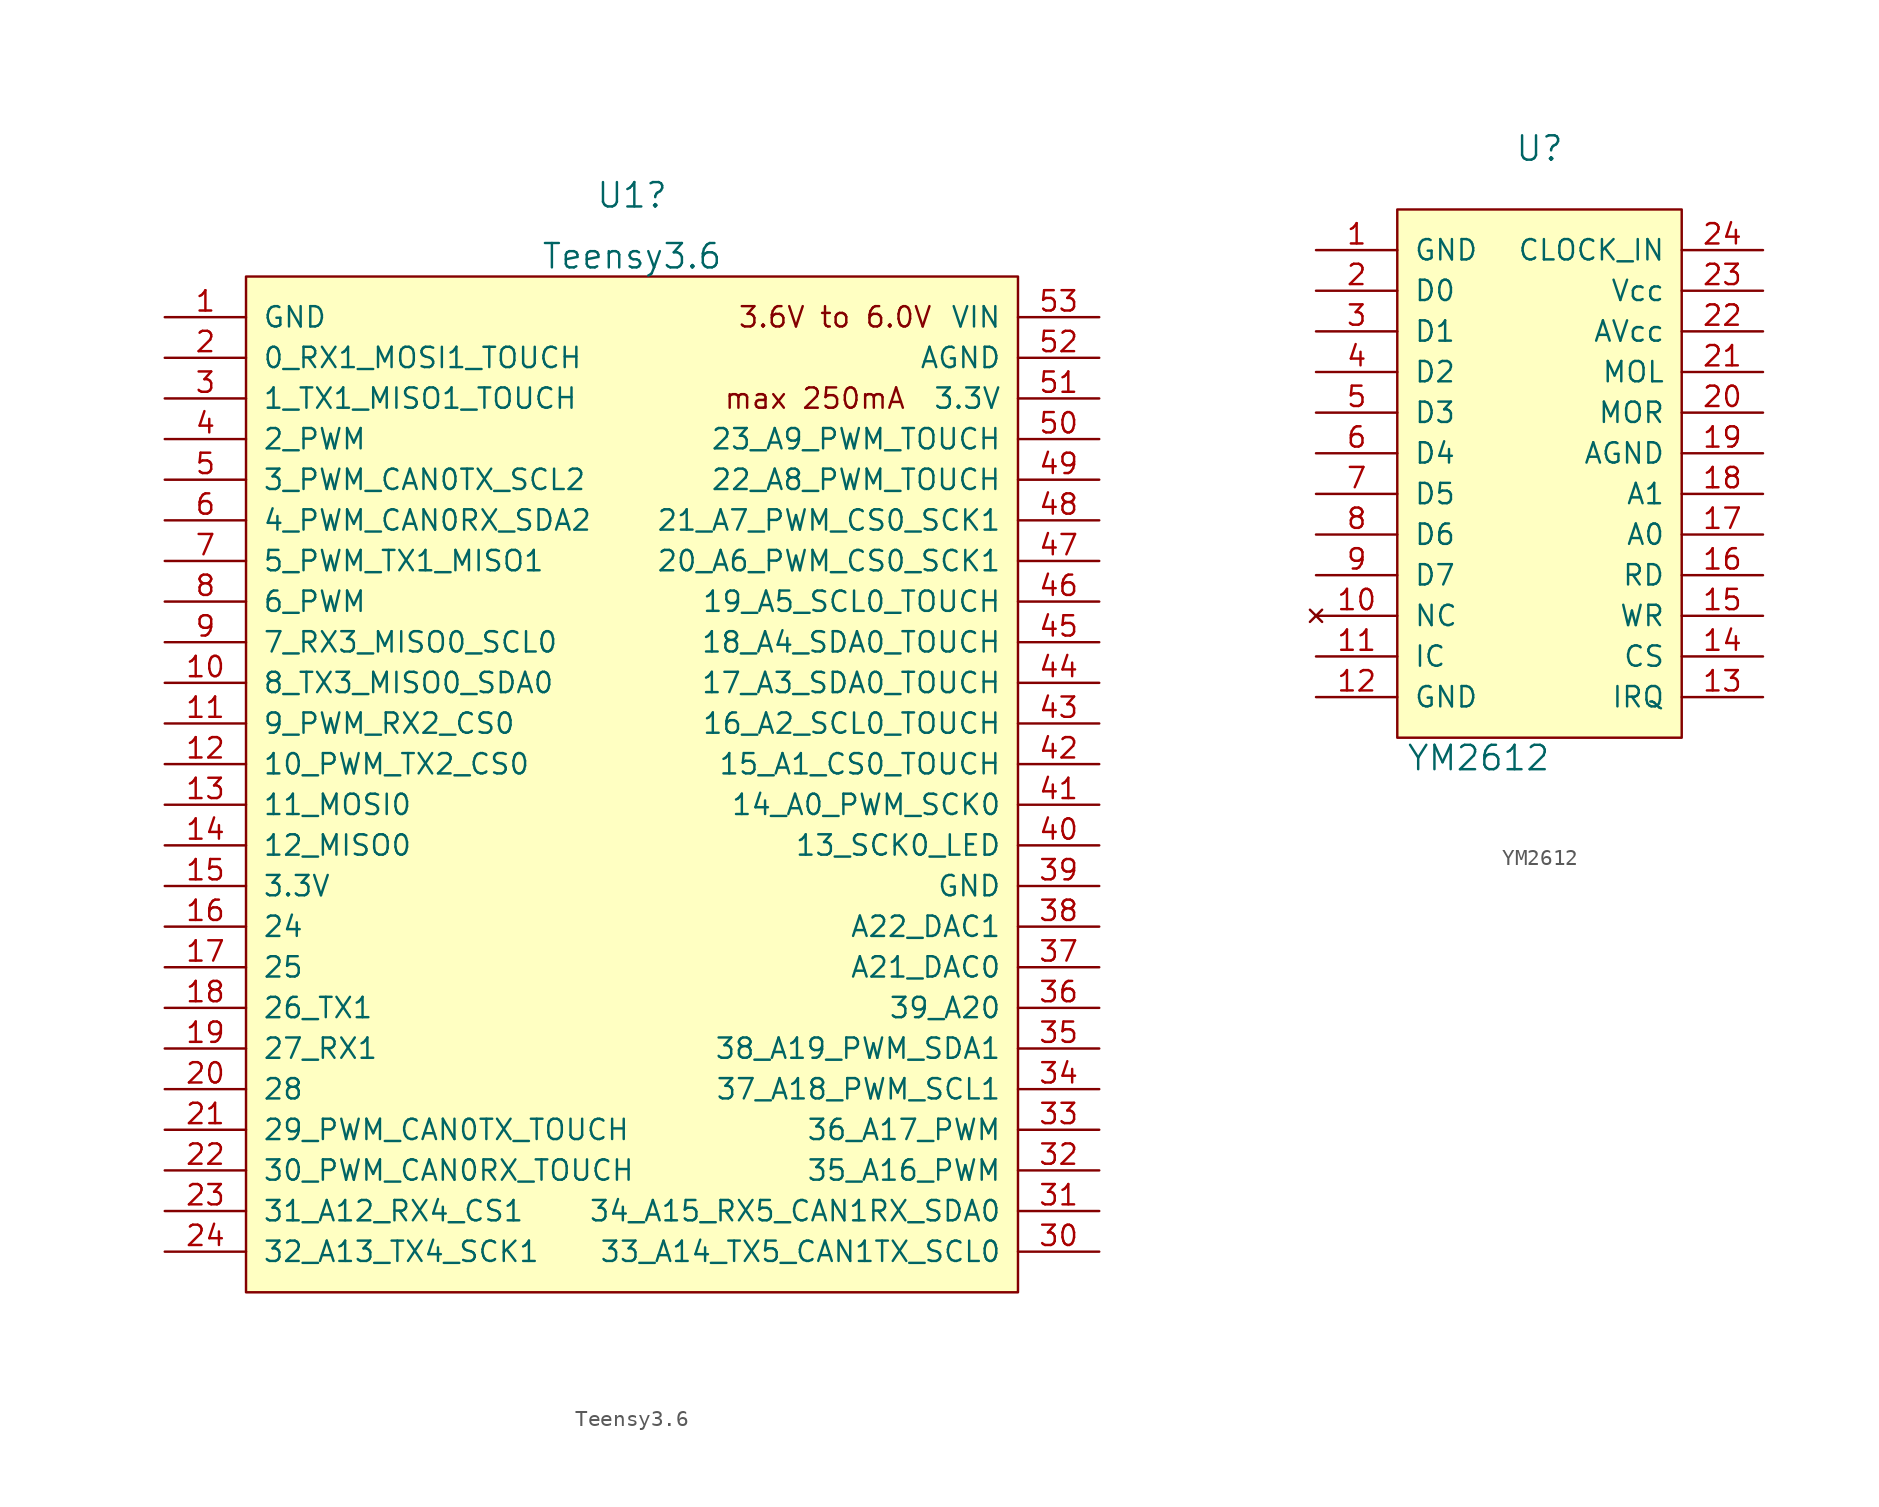
<source format=kicad_sym>
(kicad_symbol_lib
  (version 20211014)
  (generator kicad_symbol_editor)
  (symbol "Teensy3.6"
    (pin_names
      (offset 1.016))
    (property "Reference" "U1"
      (at 0 62.23 0)
      (effects (font (size 1.524 1.524))))
    (property "Value" "Teensy3.6"
      (at 0 58.42 0)
      (effects (font (size 1.524 1.524))))
    (property "Datasheet" ""
      (at 0 1.27 0)
      (effects (font (size 1.524 1.524))))
    (symbol "Teensy3.6_0_0"
      (rectangle (start -24.13 57.15) (end 24.13 -6.35) (stroke (width 0) (type default) (color 0 0 0 0)) (fill (type background)))
      (text "3.6V to 6.0V" (at 12.7 54.61 0) (effects (font (size 1.27 1.27))))
      (text "max 250mA" (at 11.43 49.53 0) (effects (font (size 1.27 1.27)))))
    (symbol "Teensy3.6_1_1"
      (pin passive line (at -29.21 54.61 0) (length 5.08) (name "GND" (effects (font (size 1.27 1.27)))) (number "1" (effects (font (size 1.27 1.27)))))
      (pin bidirectional line (at -29.21 31.75 0) (length 5.08) (name "8_TX3_MISO0_SDA0" (effects (font (size 1.27 1.27)))) (number "10" (effects (font (size 1.27 1.27)))))
      (pin bidirectional line (at -29.21 29.21 0) (length 5.08) (name "9_PWM_RX2_CS0" (effects (font (size 1.27 1.27)))) (number "11" (effects (font (size 1.27 1.27)))))
      (pin bidirectional line (at -29.21 26.67 0) (length 5.08) (name "10_PWM_TX2_CS0" (effects (font (size 1.27 1.27)))) (number "12" (effects (font (size 1.27 1.27)))))
      (pin bidirectional line (at -29.21 24.13 0) (length 5.08) (name "11_MOSI0" (effects (font (size 1.27 1.27)))) (number "13" (effects (font (size 1.27 1.27)))))
      (pin bidirectional line (at -29.21 21.59 0) (length 5.08) (name "12_MISO0" (effects (font (size 1.27 1.27)))) (number "14" (effects (font (size 1.27 1.27)))))
      (pin power_in line (at -29.21 19.05 0) (length 5.08) (name "3.3V" (effects (font (size 1.27 1.27)))) (number "15" (effects (font (size 1.27 1.27)))))
      (pin bidirectional line (at -29.21 16.51 0) (length 5.08) (name "24" (effects (font (size 1.27 1.27)))) (number "16" (effects (font (size 1.27 1.27)))))
      (pin bidirectional line (at -29.21 13.97 0) (length 5.08) (name "25" (effects (font (size 1.27 1.27)))) (number "17" (effects (font (size 1.27 1.27)))))
      (pin bidirectional line (at -29.21 11.43 0) (length 5.08) (name "26_TX1" (effects (font (size 1.27 1.27)))) (number "18" (effects (font (size 1.27 1.27)))))
      (pin bidirectional line (at -29.21 8.89 0) (length 5.08) (name "27_RX1" (effects (font (size 1.27 1.27)))) (number "19" (effects (font (size 1.27 1.27)))))
      (pin bidirectional line (at -29.21 52.07 0) (length 5.08) (name "0_RX1_MOSI1_TOUCH" (effects (font (size 1.27 1.27)))) (number "2" (effects (font (size 1.27 1.27)))))
      (pin bidirectional line (at -29.21 6.35 0) (length 5.08) (name "28" (effects (font (size 1.27 1.27)))) (number "20" (effects (font (size 1.27 1.27)))))
      (pin bidirectional line (at -29.21 3.81 0) (length 5.08) (name "29_PWM_CAN0TX_TOUCH" (effects (font (size 1.27 1.27)))) (number "21" (effects (font (size 1.27 1.27)))))
      (pin bidirectional line (at -29.21 1.27 0) (length 5.08) (name "30_PWM_CAN0RX_TOUCH" (effects (font (size 1.27 1.27)))) (number "22" (effects (font (size 1.27 1.27)))))
      (pin bidirectional line (at -29.21 -1.27 0) (length 5.08) (name "31_A12_RX4_CS1" (effects (font (size 1.27 1.27)))) (number "23" (effects (font (size 1.27 1.27)))))
      (pin bidirectional line (at -29.21 -3.81 0) (length 5.08) (name "32_A13_TX4_SCK1" (effects (font (size 1.27 1.27)))) (number "24" (effects (font (size 1.27 1.27)))))
      (pin bidirectional line (at -29.21 49.53 0) (length 5.08) (name "1_TX1_MISO1_TOUCH" (effects (font (size 1.27 1.27)))) (number "3" (effects (font (size 1.27 1.27)))))
      (pin bidirectional line (at 29.21 -3.81 180) (length 5.08) (name "33_A14_TX5_CAN1TX_SCL0" (effects (font (size 1.27 1.27)))) (number "30" (effects (font (size 1.27 1.27)))))
      (pin bidirectional line (at 29.21 -1.27 180) (length 5.08) (name "34_A15_RX5_CAN1RX_SDA0" (effects (font (size 1.27 1.27)))) (number "31" (effects (font (size 1.27 1.27)))))
      (pin bidirectional line (at 29.21 1.27 180) (length 5.08) (name "35_A16_PWM" (effects (font (size 1.27 1.27)))) (number "32" (effects (font (size 1.27 1.27)))))
      (pin bidirectional line (at 29.21 3.81 180) (length 5.08) (name "36_A17_PWM" (effects (font (size 1.27 1.27)))) (number "33" (effects (font (size 1.27 1.27)))))
      (pin bidirectional line (at 29.21 6.35 180) (length 5.08) (name "37_A18_PWM_SCL1" (effects (font (size 1.27 1.27)))) (number "34" (effects (font (size 1.27 1.27)))))
      (pin bidirectional line (at 29.21 8.89 180) (length 5.08) (name "38_A19_PWM_SDA1" (effects (font (size 1.27 1.27)))) (number "35" (effects (font (size 1.27 1.27)))))
      (pin bidirectional line (at 29.21 11.43 180) (length 5.08) (name "39_A20" (effects (font (size 1.27 1.27)))) (number "36" (effects (font (size 1.27 1.27)))))
      (pin bidirectional line (at 29.21 13.97 180) (length 5.08) (name "A21_DAC0" (effects (font (size 1.27 1.27)))) (number "37" (effects (font (size 1.27 1.27)))))
      (pin bidirectional line (at 29.21 16.51 180) (length 5.08) (name "A22_DAC1" (effects (font (size 1.27 1.27)))) (number "38" (effects (font (size 1.27 1.27)))))
      (pin power_in line (at 29.21 19.05 180) (length 5.08) (name "GND" (effects (font (size 1.27 1.27)))) (number "39" (effects (font (size 1.27 1.27)))))
      (pin bidirectional line (at -29.21 46.99 0) (length 5.08) (name "2_PWM" (effects (font (size 1.27 1.27)))) (number "4" (effects (font (size 1.27 1.27)))))
      (pin bidirectional line (at 29.21 21.59 180) (length 5.08) (name "13_SCK0_LED" (effects (font (size 1.27 1.27)))) (number "40" (effects (font (size 1.27 1.27)))))
      (pin bidirectional line (at 29.21 24.13 180) (length 5.08) (name "14_A0_PWM_SCK0" (effects (font (size 1.27 1.27)))) (number "41" (effects (font (size 1.27 1.27)))))
      (pin bidirectional line (at 29.21 26.67 180) (length 5.08) (name "15_A1_CS0_TOUCH" (effects (font (size 1.27 1.27)))) (number "42" (effects (font (size 1.27 1.27)))))
      (pin bidirectional line (at 29.21 29.21 180) (length 5.08) (name "16_A2_SCL0_TOUCH" (effects (font (size 1.27 1.27)))) (number "43" (effects (font (size 1.27 1.27)))))
      (pin bidirectional line (at 29.21 31.75 180) (length 5.08) (name "17_A3_SDA0_TOUCH" (effects (font (size 1.27 1.27)))) (number "44" (effects (font (size 1.27 1.27)))))
      (pin bidirectional line (at 29.21 34.29 180) (length 5.08) (name "18_A4_SDA0_TOUCH" (effects (font (size 1.27 1.27)))) (number "45" (effects (font (size 1.27 1.27)))))
      (pin bidirectional line (at 29.21 36.83 180) (length 5.08) (name "19_A5_SCL0_TOUCH" (effects (font (size 1.27 1.27)))) (number "46" (effects (font (size 1.27 1.27)))))
      (pin bidirectional line (at 29.21 39.37 180) (length 5.08) (name "20_A6_PWM_CS0_SCK1" (effects (font (size 1.27 1.27)))) (number "47" (effects (font (size 1.27 1.27)))))
      (pin bidirectional line (at 29.21 41.91 180) (length 5.08) (name "21_A7_PWM_CS0_SCK1" (effects (font (size 1.27 1.27)))) (number "48" (effects (font (size 1.27 1.27)))))
      (pin bidirectional line (at 29.21 44.45 180) (length 5.08) (name "22_A8_PWM_TOUCH" (effects (font (size 1.27 1.27)))) (number "49" (effects (font (size 1.27 1.27)))))
      (pin bidirectional line (at -29.21 44.45 0) (length 5.08) (name "3_PWM_CAN0TX_SCL2" (effects (font (size 1.27 1.27)))) (number "5" (effects (font (size 1.27 1.27)))))
      (pin bidirectional line (at 29.21 46.99 180) (length 5.08) (name "23_A9_PWM_TOUCH" (effects (font (size 1.27 1.27)))) (number "50" (effects (font (size 1.27 1.27)))))
      (pin power_out line (at 29.21 49.53 180) (length 5.08) (name "3.3V" (effects (font (size 1.27 1.27)))) (number "51" (effects (font (size 1.27 1.27)))))
      (pin power_out line (at 29.21 52.07 180) (length 5.08) (name "AGND" (effects (font (size 1.27 1.27)))) (number "52" (effects (font (size 1.27 1.27)))))
      (pin power_out line (at 29.21 54.61 180) (length 5.08) (name "VIN" (effects (font (size 1.27 1.27)))) (number "53" (effects (font (size 1.27 1.27)))))
      (pin bidirectional line (at -29.21 41.91 0) (length 5.08) (name "4_PWM_CAN0RX_SDA2" (effects (font (size 1.27 1.27)))) (number "6" (effects (font (size 1.27 1.27)))))
      (pin bidirectional line (at -29.21 39.37 0) (length 5.08) (name "5_PWM_TX1_MISO1" (effects (font (size 1.27 1.27)))) (number "7" (effects (font (size 1.27 1.27)))))
      (pin bidirectional line (at -29.21 36.83 0) (length 5.08) (name "6_PWM" (effects (font (size 1.27 1.27)))) (number "8" (effects (font (size 1.27 1.27)))))
      (pin bidirectional line (at -29.21 34.29 0) (length 5.08) (name "7_RX3_MISO0_SCL0" (effects (font (size 1.27 1.27)))) (number "9" (effects (font (size 1.27 1.27)))))))
  (symbol "YM2612"
    (pin_names
      (offset 1.016))
    (property "Reference" "U"
      (at 8.89 19.05 0)
      (effects (font (size 1.524 1.524))))
    (property "Value" "YM2612"
      (at 5.08 -19.05 0)
      (effects (font (size 1.524 1.524))))
    (symbol "YM2612_0_1"
      (rectangle (start 0 15.24) (end 17.78 -17.78) (stroke (width 0) (type default) (color 0 0 0 0)) (fill (type background))))
    (symbol "YM2612_1_1"
      (pin passive line (at -5.08 12.7 0) (length 5.08) (name "GND" (effects (font (size 1.27 1.27)))) (number "1" (effects (font (size 1.27 1.27)))))
      (pin no_connect line (at -5.08 -10.16 0) (length 5.08) (name "NC" (effects (font (size 1.27 1.27)))) (number "10" (effects (font (size 1.27 1.27)))))
      (pin input line (at -5.08 -12.7 0) (length 5.08) (name "IC" (effects (font (size 1.27 1.27)))) (number "11" (effects (font (size 1.27 1.27)))))
      (pin passive line (at -5.08 -15.24 0) (length 5.08) (name "GND" (effects (font (size 1.27 1.27)))) (number "12" (effects (font (size 1.27 1.27)))))
      (pin output line (at 22.86 -15.24 180) (length 5.08) (name "IRQ" (effects (font (size 1.27 1.27)))) (number "13" (effects (font (size 1.27 1.27)))))
      (pin input line (at 22.86 -12.7 180) (length 5.08) (name "CS" (effects (font (size 1.27 1.27)))) (number "14" (effects (font (size 1.27 1.27)))))
      (pin input line (at 22.86 -10.16 180) (length 5.08) (name "WR" (effects (font (size 1.27 1.27)))) (number "15" (effects (font (size 1.27 1.27)))))
      (pin input line (at 22.86 -7.62 180) (length 5.08) (name "RD" (effects (font (size 1.27 1.27)))) (number "16" (effects (font (size 1.27 1.27)))))
      (pin input line (at 22.86 -5.08 180) (length 5.08) (name "A0" (effects (font (size 1.27 1.27)))) (number "17" (effects (font (size 1.27 1.27)))))
      (pin input line (at 22.86 -2.54 180) (length 5.08) (name "A1" (effects (font (size 1.27 1.27)))) (number "18" (effects (font (size 1.27 1.27)))))
      (pin passive line (at 22.86 0 180) (length 5.08) (name "AGND" (effects (font (size 1.27 1.27)))) (number "19" (effects (font (size 1.27 1.27)))))
      (pin bidirectional line (at -5.08 10.16 0) (length 5.08) (name "D0" (effects (font (size 1.27 1.27)))) (number "2" (effects (font (size 1.27 1.27)))))
      (pin output line (at 22.86 2.54 180) (length 5.08) (name "MOR" (effects (font (size 1.27 1.27)))) (number "20" (effects (font (size 1.27 1.27)))))
      (pin output line (at 22.86 5.08 180) (length 5.08) (name "MOL" (effects (font (size 1.27 1.27)))) (number "21" (effects (font (size 1.27 1.27)))))
      (pin power_in line (at 22.86 7.62 180) (length 5.08) (name "AVcc" (effects (font (size 1.27 1.27)))) (number "22" (effects (font (size 1.27 1.27)))))
      (pin power_in line (at 22.86 10.16 180) (length 5.08) (name "Vcc" (effects (font (size 1.27 1.27)))) (number "23" (effects (font (size 1.27 1.27)))))
      (pin input line (at 22.86 12.7 180) (length 5.08) (name "CLOCK_IN" (effects (font (size 1.27 1.27)))) (number "24" (effects (font (size 1.27 1.27)))))
      (pin bidirectional line (at -5.08 7.62 0) (length 5.08) (name "D1" (effects (font (size 1.27 1.27)))) (number "3" (effects (font (size 1.27 1.27)))))
      (pin bidirectional line (at -5.08 5.08 0) (length 5.08) (name "D2" (effects (font (size 1.27 1.27)))) (number "4" (effects (font (size 1.27 1.27)))))
      (pin bidirectional line (at -5.08 2.54 0) (length 5.08) (name "D3" (effects (font (size 1.27 1.27)))) (number "5" (effects (font (size 1.27 1.27)))))
      (pin bidirectional line (at -5.08 0 0) (length 5.08) (name "D4" (effects (font (size 1.27 1.27)))) (number "6" (effects (font (size 1.27 1.27)))))
      (pin bidirectional line (at -5.08 -2.54 0) (length 5.08) (name "D5" (effects (font (size 1.27 1.27)))) (number "7" (effects (font (size 1.27 1.27)))))
      (pin bidirectional line (at -5.08 -5.08 0) (length 5.08) (name "D6" (effects (font (size 1.27 1.27)))) (number "8" (effects (font (size 1.27 1.27)))))
      (pin bidirectional line (at -5.08 -7.62 0) (length 5.08) (name "D7" (effects (font (size 1.27 1.27)))) (number "9" (effects (font (size 1.27 1.27))))))))
</source>
